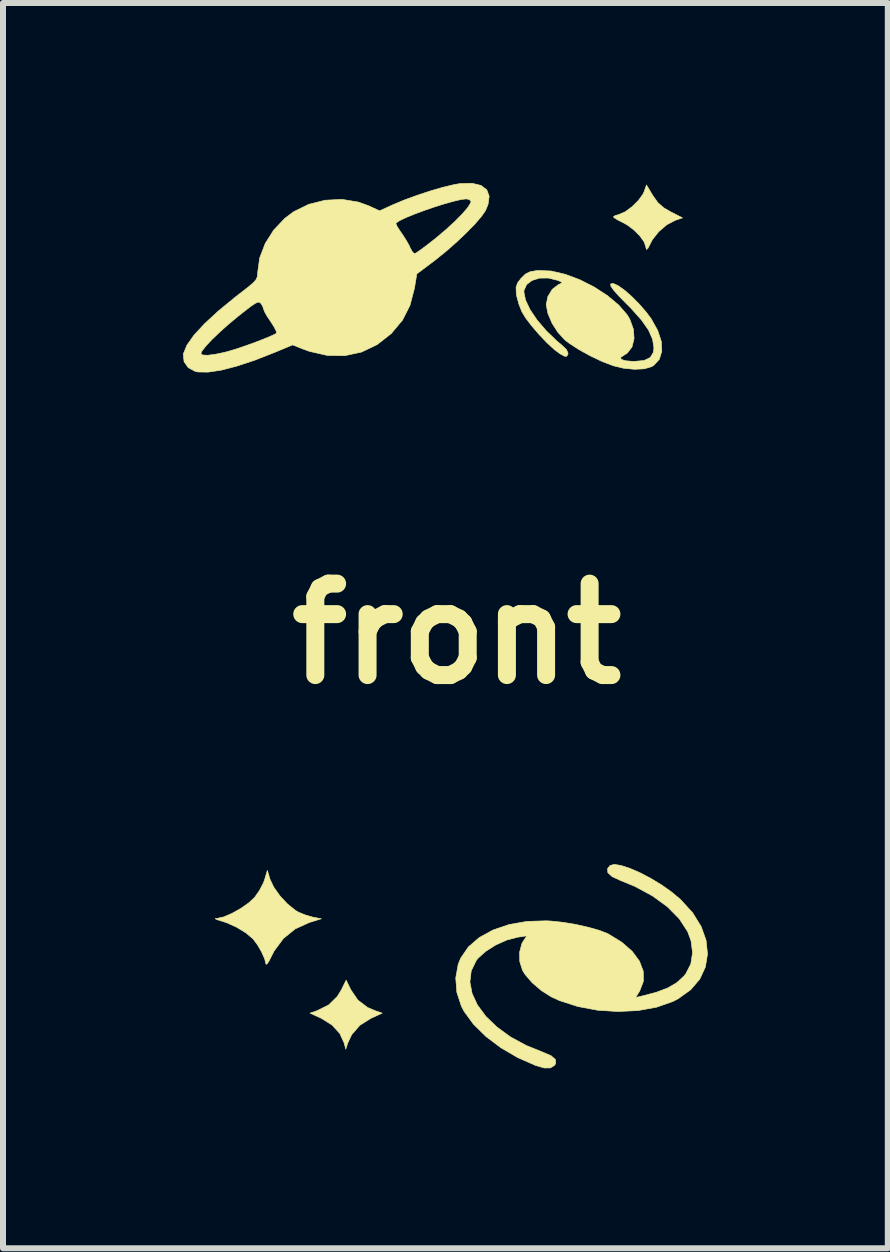
<source format=kicad_pcb>
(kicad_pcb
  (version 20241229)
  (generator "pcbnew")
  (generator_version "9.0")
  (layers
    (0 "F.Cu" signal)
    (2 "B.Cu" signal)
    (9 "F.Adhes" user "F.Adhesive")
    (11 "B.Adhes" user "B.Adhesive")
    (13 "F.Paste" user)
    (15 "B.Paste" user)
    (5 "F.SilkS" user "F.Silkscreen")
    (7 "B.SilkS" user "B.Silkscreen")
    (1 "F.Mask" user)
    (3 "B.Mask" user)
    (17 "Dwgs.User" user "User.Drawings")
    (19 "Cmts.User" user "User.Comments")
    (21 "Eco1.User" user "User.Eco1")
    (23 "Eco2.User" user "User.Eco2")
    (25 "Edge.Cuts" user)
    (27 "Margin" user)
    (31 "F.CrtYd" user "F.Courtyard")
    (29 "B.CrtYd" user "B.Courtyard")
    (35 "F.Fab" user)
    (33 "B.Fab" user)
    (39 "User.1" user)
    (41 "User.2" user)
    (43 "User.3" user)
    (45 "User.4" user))
  (footprint "front"
    (layer "F.Cu")
    (at 4.564 7.512)
    (property "Reference" "front" (at 0 0 0) (layer "F.SilkS") (effects (font (size 1.524 1.524) (thickness 0.3))))
    (attr through_hole)
    (fp_poly (pts (xy -1.767 5.934) (xy -1.65 6.106) (xy -1.487 6.23) (xy -1.363 6.283) (xy -1.244 6.324) (xy -1.43 6.409) (xy -1.616 6.526) (xy -1.752 6.682) (xy -1.819 6.824) (xy -1.851 6.925) (xy -1.877 6.824) (xy -1.95 6.664) (xy -2.079 6.523) (xy -2.255 6.412) (xy -2.261 6.409) (xy -2.447 6.324) (xy -2.329 6.283) (xy -2.136 6.187) (xy -1.991 6.045) (xy -1.924 5.935) (xy -1.845 5.774) (xy -1.767 5.934)) (stroke (width 0.01) (type solid)) (fill yes) (layer "F.SilkS"))
    (fp_poly (pts (xy 3.265 -7.305) (xy 3.35 -7.185) (xy 3.449 -7.098) (xy 3.565 -7.031) (xy 3.761 -6.931) (xy 3.637 -6.889) (xy 3.498 -6.815) (xy 3.364 -6.7) (xy 3.259 -6.567) (xy 3.23 -6.511) (xy 3.187 -6.427) (xy 3.16 -6.403) (xy 3.15 -6.443) (xy 3.15 -6.447) (xy 3.123 -6.528) (xy 3.053 -6.627) (xy 2.954 -6.727) (xy 2.843 -6.811) (xy 2.781 -6.846) (xy 2.687 -6.893) (xy 2.625 -6.931) (xy 2.609 -6.947) (xy 2.637 -6.968) (xy 2.701 -6.987) (xy 2.804 -7.031) (xy 2.92 -7.116) (xy 3.026 -7.221) (xy 3.103 -7.327) (xy 3.12 -7.364) (xy 3.161 -7.479) (xy 3.265 -7.305)) (stroke (width 0.01) (type solid)) (fill yes) (layer "F.SilkS"))
    (fp_poly (pts (xy -3.114 4.093) (xy -3.051 4.225) (xy -2.948 4.37) (xy -2.822 4.505) (xy -2.692 4.61) (xy -2.644 4.639) (xy -2.525 4.688) (xy -2.4 4.724) (xy -2.389 4.726) (xy -2.258 4.751) (xy -2.461 4.814) (xy -2.692 4.919) (xy -2.89 5.079) (xy -3.044 5.286) (xy -3.086 5.367) (xy -3.133 5.46) (xy -3.167 5.509) (xy -3.182 5.505) (xy -3.182 5.503) (xy -3.203 5.418) (xy -3.254 5.304) (xy -3.322 5.186) (xy -3.396 5.088) (xy -3.399 5.085) (xy -3.513 4.988) (xy -3.668 4.893) (xy -3.836 4.817) (xy -3.926 4.788) (xy -4.009 4.762) (xy -4.027 4.748) (xy -3.993 4.744) (xy -3.884 4.72) (xy -3.747 4.661) (xy -3.601 4.579) (xy -3.468 4.486) (xy -3.369 4.393) (xy -3.289 4.279) (xy -3.223 4.152) (xy -3.204 4.099) (xy -3.158 3.945) (xy -3.114 4.093)) (stroke (width 0.01) (type solid)) (fill yes) (layer "F.SilkS"))
    (fp_poly (pts (xy 1.571 -6.045) (xy 1.805 -5.991) (xy 2.049 -5.9) (xy 2.288 -5.779) (xy 2.509 -5.636) (xy 2.697 -5.479) (xy 2.839 -5.315) (xy 2.884 -5.239) (xy 2.943 -5.074) (xy 2.954 -4.917) (xy 2.919 -4.779) (xy 2.841 -4.677) (xy 2.784 -4.641) (xy 2.73 -4.604) (xy 2.74 -4.573) (xy 2.807 -4.55) (xy 2.927 -4.539) (xy 2.964 -4.539) (xy 3.123 -4.554) (xy 3.225 -4.604) (xy 3.277 -4.692) (xy 3.285 -4.765) (xy 3.263 -4.906) (xy 3.196 -5.059) (xy 3.078 -5.228) (xy 2.906 -5.421) (xy 2.831 -5.496) (xy 2.698 -5.631) (xy 2.612 -5.728) (xy 2.568 -5.791) (xy 2.564 -5.827) (xy 2.567 -5.832) (xy 2.615 -5.835) (xy 2.697 -5.795) (xy 2.801 -5.72) (xy 2.918 -5.617) (xy 3.038 -5.496) (xy 3.152 -5.365) (xy 3.239 -5.249) (xy 3.348 -5.054) (xy 3.408 -4.871) (xy 3.416 -4.708) (xy 3.374 -4.572) (xy 3.281 -4.472) (xy 3.246 -4.451) (xy 3.124 -4.415) (xy 2.96 -4.407) (xy 2.778 -4.425) (xy 2.608 -4.466) (xy 2.426 -4.535) (xy 2.227 -4.63) (xy 2.034 -4.736) (xy 1.87 -4.843) (xy 1.801 -4.896) (xy 1.685 -5.022) (xy 1.586 -5.177) (xy 1.518 -5.338) (xy 1.49 -5.483) (xy 1.49 -5.488) (xy 1.518 -5.621) (xy 1.59 -5.739) (xy 1.692 -5.818) (xy 1.706 -5.824) (xy 1.751 -5.846) (xy 1.742 -5.864) (xy 1.683 -5.889) (xy 1.527 -5.928) (xy 1.379 -5.927) (xy 1.254 -5.888) (xy 1.163 -5.819) (xy 1.119 -5.721) (xy 1.118 -5.695) (xy 1.145 -5.56) (xy 1.221 -5.4) (xy 1.339 -5.226) (xy 1.491 -5.048) (xy 1.669 -4.877) (xy 1.74 -4.818) (xy 1.827 -4.736) (xy 1.854 -4.674) (xy 1.851 -4.657) (xy 1.831 -4.624) (xy 1.796 -4.625) (xy 1.725 -4.663) (xy 1.724 -4.663) (xy 1.625 -4.736) (xy 1.503 -4.849) (xy 1.373 -4.985) (xy 1.25 -5.128) (xy 1.148 -5.261) (xy 1.085 -5.365) (xy 1.035 -5.491) (xy 0.999 -5.623) (xy 0.991 -5.671) (xy 0.987 -5.774) (xy 1.014 -5.85) (xy 1.074 -5.927) (xy 1.146 -5.996) (xy 1.222 -6.033) (xy 1.331 -6.052) (xy 1.361 -6.054) (xy 1.571 -6.045)) (stroke (width 0.01) (type solid)) (fill yes) (layer "F.SilkS"))
    (fp_poly (pts (xy 2.738 3.863) (xy 2.885 3.911) (xy 3.053 3.984) (xy 3.232 4.078) (xy 3.411 4.186) (xy 3.579 4.305) (xy 3.724 4.426) (xy 3.928 4.648) (xy 4.071 4.878) (xy 4.154 5.109) (xy 4.178 5.337) (xy 4.143 5.554) (xy 4.05 5.755) (xy 3.899 5.933) (xy 3.69 6.083) (xy 3.602 6.129) (xy 3.329 6.225) (xy 3.018 6.281) (xy 2.685 6.297) (xy 2.345 6.275) (xy 2.015 6.213) (xy 1.709 6.114) (xy 1.572 6.051) (xy 1.408 5.947) (xy 1.255 5.816) (xy 1.135 5.676) (xy 1.094 5.608) (xy 1.049 5.465) (xy 1.046 5.309) (xy 1.083 5.168) (xy 1.103 5.131) (xy 1.167 5.035) (xy 1.015 5.058) (xy 0.834 5.105) (xy 0.648 5.188) (xy 0.481 5.294) (xy 0.352 5.41) (xy 0.324 5.446) (xy 0.24 5.619) (xy 0.218 5.804) (xy 0.254 5.995) (xy 0.343 6.188) (xy 0.482 6.376) (xy 0.667 6.555) (xy 0.893 6.72) (xy 1.157 6.863) (xy 1.43 6.973) (xy 1.569 7.033) (xy 1.642 7.095) (xy 1.648 7.161) (xy 1.628 7.194) (xy 1.56 7.237) (xy 1.458 7.238) (xy 1.313 7.196) (xy 1.013 7.064) (xy 0.733 6.9) (xy 0.484 6.712) (xy 0.277 6.508) (xy 0.123 6.297) (xy 0.076 6.209) (xy -0.000218 5.975) (xy -0.018 5.737) (xy 0.023 5.51) (xy 0.064 5.408) (xy 0.192 5.221) (xy 0.374 5.064) (xy 0.604 4.938) (xy 0.872 4.847) (xy 1.17 4.795) (xy 1.492 4.785) (xy 1.568 4.789) (xy 1.769 4.81) (xy 1.984 4.846) (xy 2.193 4.893) (xy 2.376 4.945) (xy 2.513 4.998) (xy 2.521 5.002) (xy 2.748 5.141) (xy 2.923 5.294) (xy 3.044 5.458) (xy 3.107 5.625) (xy 3.11 5.792) (xy 3.049 5.951) (xy 3.048 5.953) (xy 2.981 6.063) (xy 3.074 6.042) (xy 3.323 5.977) (xy 3.516 5.904) (xy 3.666 5.816) (xy 3.783 5.709) (xy 3.818 5.665) (xy 3.9 5.504) (xy 3.929 5.316) (xy 3.903 5.116) (xy 3.846 4.963) (xy 3.708 4.752) (xy 3.511 4.552) (xy 3.261 4.37) (xy 2.967 4.211) (xy 2.726 4.112) (xy 2.589 4.049) (xy 2.517 3.983) (xy 2.512 3.916) (xy 2.554 3.863) (xy 2.625 3.845) (xy 2.738 3.863)) (stroke (width 0.01) (type solid)) (fill yes) (layer "F.SilkS"))
    (fp_poly (pts (xy 0.404 -7.471) (xy 0.499 -7.398) (xy 0.539 -7.292) (xy 0.52 -7.154) (xy 0.477 -7.051) (xy 0.411 -6.956) (xy 0.302 -6.829) (xy 0.16 -6.684) (xy -0.004 -6.528) (xy -0.179 -6.374) (xy -0.356 -6.231) (xy -0.393 -6.203) (xy -0.667 -5.997) (xy -0.707 -5.756) (xy -0.781 -5.472) (xy -0.906 -5.226) (xy -1.089 -5.007) (xy -1.095 -5.001) (xy -1.33 -4.817) (xy -1.589 -4.694) (xy -1.867 -4.634) (xy -2.159 -4.638) (xy -2.461 -4.707) (xy -2.562 -4.744) (xy -2.736 -4.814) (xy -3.036 -4.689) (xy -3.37 -4.558) (xy -3.67 -4.459) (xy -3.93 -4.392) (xy -4.145 -4.36) (xy -4.311 -4.362) (xy -4.36 -4.372) (xy -4.477 -4.435) (xy -4.546 -4.533) (xy -4.559 -4.653) (xy -4.556 -4.669) (xy -4.267 -4.669) (xy -4.237 -4.645) (xy -4.154 -4.641) (xy -4.03 -4.656) (xy -3.877 -4.688) (xy -3.808 -4.706) (xy -3.682 -4.744) (xy -3.534 -4.794) (xy -3.379 -4.849) (xy -3.234 -4.905) (xy -3.112 -4.955) (xy -3.03 -4.993) (xy -3.006 -5.008) (xy -3.011 -5.046) (xy -3.049 -5.119) (xy -3.099 -5.197) (xy -3.163 -5.292) (xy -3.205 -5.368) (xy -3.217 -5.401) (xy -3.236 -5.458) (xy -3.262 -5.5) (xy -3.284 -5.523) (xy -3.314 -5.526) (xy -3.36 -5.506) (xy -3.433 -5.457) (xy -3.542 -5.373) (xy -3.643 -5.293) (xy -3.802 -5.161) (xy -3.951 -5.028) (xy -4.081 -4.904) (xy -4.182 -4.796) (xy -4.247 -4.713) (xy -4.267 -4.669) (xy -4.556 -4.669) (xy -4.556 -4.669) (xy -4.498 -4.81) (xy -4.38 -4.977) (xy -4.203 -5.168) (xy -3.971 -5.382) (xy -3.684 -5.617) (xy -3.596 -5.685) (xy -3.471 -5.782) (xy -3.39 -5.852) (xy -3.344 -5.905) (xy -3.324 -5.955) (xy -3.319 -6.012) (xy -3.319 -6.021) (xy -3.286 -6.263) (xy -3.194 -6.503) (xy -3.052 -6.728) (xy -2.949 -6.836) (xy -1.016 -6.836) (xy -0.998 -6.793) (xy -0.951 -6.718) (xy -0.919 -6.673) (xy -0.85 -6.568) (xy -0.793 -6.466) (xy -0.78 -6.436) (xy -0.742 -6.366) (xy -0.707 -6.333) (xy -0.705 -6.333) (xy -0.667 -6.353) (xy -0.589 -6.408) (xy -0.481 -6.489) (xy -0.355 -6.588) (xy -0.354 -6.589) (xy -0.183 -6.733) (xy -0.031 -6.872) (xy 0.094 -6.999) (xy 0.184 -7.105) (xy 0.232 -7.182) (xy 0.237 -7.205) (xy 0.208 -7.237) (xy 0.156 -7.247) (xy 0.07 -7.237) (xy -0.057 -7.207) (xy -0.21 -7.164) (xy -0.379 -7.111) (xy -0.549 -7.052) (xy -0.71 -6.992) (xy -0.849 -6.935) (xy -0.952 -6.886) (xy -1.009 -6.848) (xy -1.016 -6.836) (xy -2.949 -6.836) (xy -2.867 -6.923) (xy -2.722 -7.032) (xy -2.469 -7.156) (xy -2.195 -7.225) (xy -1.914 -7.239) (xy -1.641 -7.194) (xy -1.472 -7.133) (xy -1.287 -7.048) (xy -1.075 -7.145) (xy -0.882 -7.226) (xy -0.664 -7.306) (xy -0.44 -7.38) (xy -0.229 -7.441) (xy -0.047 -7.485) (xy 0.06 -7.503) (xy 0.257 -7.507) (xy 0.404 -7.471)) (stroke (width 0.01) (type solid)) (fill yes) (layer "F.SilkS")))
  (gr_rect
    (start -3 -3)
    (end 11.747 17.755)
    (stroke (width 0.1) (type default))
    (fill no)
    (layer "Edge.Cuts")))
</source>
